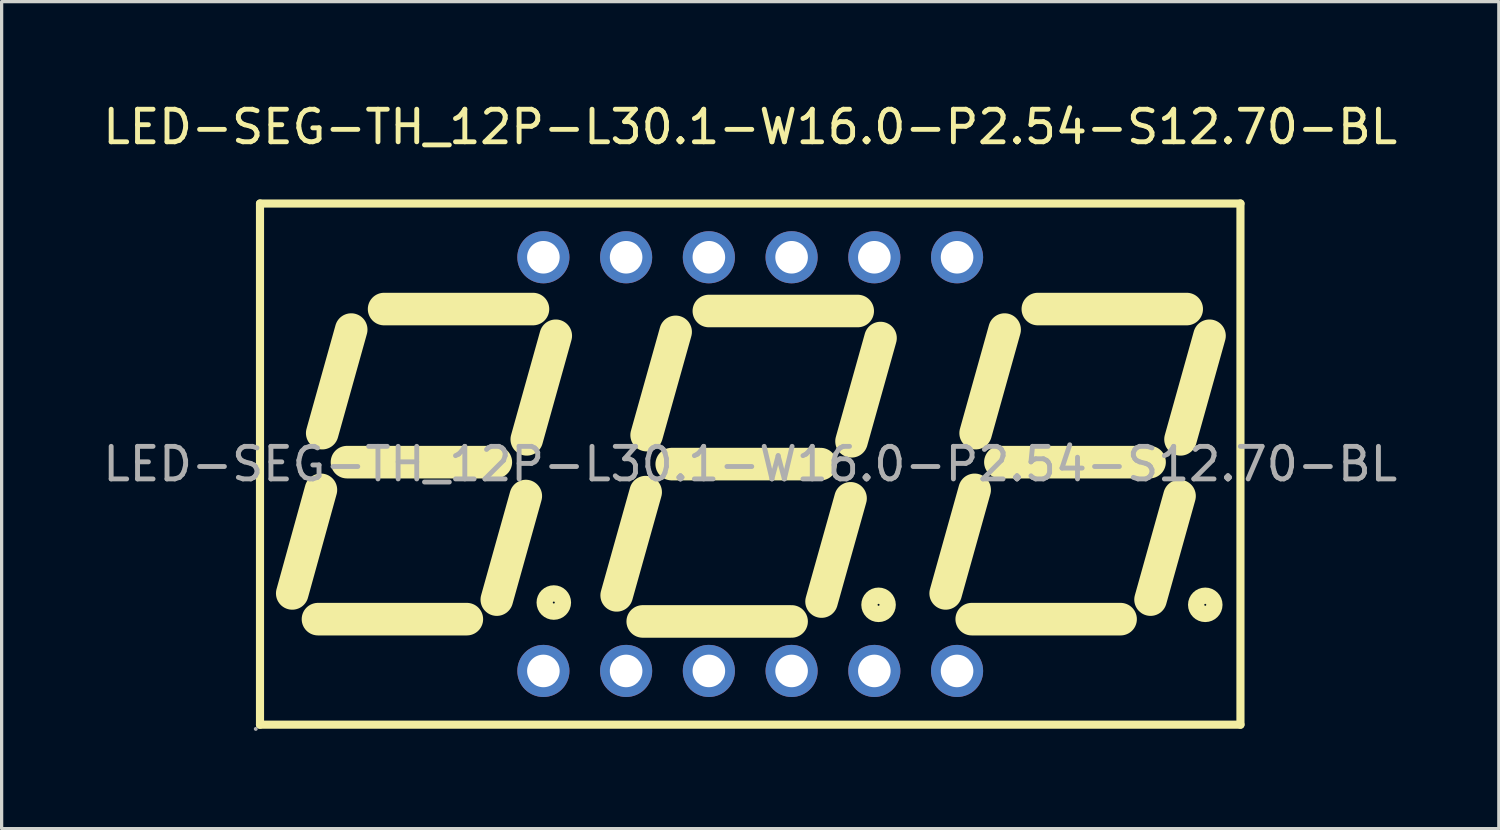
<source format=kicad_pcb>
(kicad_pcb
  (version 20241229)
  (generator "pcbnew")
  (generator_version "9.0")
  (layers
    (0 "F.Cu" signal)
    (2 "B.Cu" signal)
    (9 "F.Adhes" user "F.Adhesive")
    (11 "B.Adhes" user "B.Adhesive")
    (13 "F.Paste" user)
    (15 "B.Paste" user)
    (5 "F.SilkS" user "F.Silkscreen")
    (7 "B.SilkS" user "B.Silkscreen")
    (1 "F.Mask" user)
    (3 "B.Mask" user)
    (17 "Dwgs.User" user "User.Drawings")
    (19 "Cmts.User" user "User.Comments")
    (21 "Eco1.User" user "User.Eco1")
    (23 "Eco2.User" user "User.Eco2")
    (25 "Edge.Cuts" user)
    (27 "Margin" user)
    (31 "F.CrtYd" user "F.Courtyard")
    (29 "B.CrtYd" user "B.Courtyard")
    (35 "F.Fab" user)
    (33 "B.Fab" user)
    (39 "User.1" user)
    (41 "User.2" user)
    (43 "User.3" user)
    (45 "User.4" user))
  (footprint "LED-SEG-TH_12P-L30.1-W16.0-P2.54-S12.70-BL"
    (layer "F.Cu")
    (at 19.982 11.198)
    (property "Reference" "LED-SEG-TH_12P-L30.1-W16.0-P2.54-S12.70-BL" (at 0 -10.35 0) (layer "F.SilkS") (effects (font (size 1 1) (thickness 0.15))))
    (attr through_hole)
    (fp_line (start -15.05 -8) (end -15.05 8) (stroke (width 0.25) (type solid)) (layer "F.SilkS"))
    (fp_line (start -15.05 -8) (end 15.05 -8) (stroke (width 0.25) (type solid)) (layer "F.SilkS"))
    (fp_line (start -13.27 4.76) (end -8.7 4.76) (stroke (width 1) (type solid)) (layer "F.SilkS"))
    (fp_line (start -13.18 0.79) (end -14.06 3.97) (stroke (width 1) (type solid)) (layer "F.SilkS"))
    (fp_line (start -12.38 -0.06) (end -7.81 -0.06) (stroke (width 1) (type solid)) (layer "F.SilkS"))
    (fp_line (start -12.25 -4.13) (end -13.14 -0.95) (stroke (width 1) (type solid)) (layer "F.SilkS"))
    (fp_line (start -11.24 -4.76) (end -6.67 -4.76) (stroke (width 1) (type solid)) (layer "F.SilkS"))
    (fp_line (start -6.89 0.98) (end -7.78 4.16) (stroke (width 1) (type solid)) (layer "F.SilkS"))
    (fp_line (start -5.97 -3.94) (end -6.86 -0.76) (stroke (width 1) (type solid)) (layer "F.SilkS"))
    (fp_line (start -3.3 4.83) (end 1.27 4.83) (stroke (width 1) (type solid)) (layer "F.SilkS"))
    (fp_line (start -3.21 0.86) (end -4.1 4.03) (stroke (width 1) (type solid)) (layer "F.SilkS"))
    (fp_line (start -2.41 0) (end 2.16 0) (stroke (width 1) (type solid)) (layer "F.SilkS"))
    (fp_line (start -2.29 -4.06) (end -3.18 -0.89) (stroke (width 1) (type solid)) (layer "F.SilkS"))
    (fp_line (start -1.27 -4.7) (end 3.3 -4.7) (stroke (width 1) (type solid)) (layer "F.SilkS"))
    (fp_line (start 3.08 1.05) (end 2.19 4.22) (stroke (width 1) (type solid)) (layer "F.SilkS"))
    (fp_line (start 4 -3.87) (end 3.11 -0.7) (stroke (width 1) (type solid)) (layer "F.SilkS"))
    (fp_line (start 6.8 4.76) (end 11.37 4.76) (stroke (width 1) (type solid)) (layer "F.SilkS"))
    (fp_line (start 6.89 0.79) (end 6 3.97) (stroke (width 1) (type solid)) (layer "F.SilkS"))
    (fp_line (start 7.68 -0.06) (end 12.26 -0.06) (stroke (width 1) (type solid)) (layer "F.SilkS"))
    (fp_line (start 7.81 -4.13) (end 6.92 -0.95) (stroke (width 1) (type solid)) (layer "F.SilkS"))
    (fp_line (start 8.83 -4.76) (end 13.4 -4.76) (stroke (width 1) (type solid)) (layer "F.SilkS"))
    (fp_line (start 13.18 0.98) (end 12.29 4.16) (stroke (width 1) (type solid)) (layer "F.SilkS"))
    (fp_line (start 14.1 -3.94) (end 13.21 -0.76) (stroke (width 1) (type solid)) (layer "F.SilkS"))
    (fp_line (start 15.05 -8) (end 15.05 8) (stroke (width 0.25) (type solid)) (layer "F.SilkS"))
    (fp_line (start 15.05 8) (end -15.05 8) (stroke (width 0.25) (type solid)) (layer "F.SilkS"))
    (fp_circle (center -6.03 4.25) (end -5.75 4.25) (stroke (width 0.5) (type solid)) (fill no) (layer "F.SilkS"))
    (fp_circle (center 3.94 4.32) (end 4.22 4.32) (stroke (width 0.5) (type solid)) (fill no) (layer "F.SilkS"))
    (fp_circle (center 13.97 4.32) (end 14.25 4.32) (stroke (width 0.5) (type solid)) (fill no) (layer "F.SilkS"))
    (fp_circle (center -15.18 8.13) (end -15.15 8.13) (stroke (width 0.06) (type solid)) (fill no) (layer "F.Fab"))
    (fp_circle (center -6.35 -6.35) (end -6.15 -6.35) (stroke (width 0.4) (type solid)) (fill no) (layer "F.Fab"))
    (fp_circle (center -6.35 6.35) (end -6.15 6.35) (stroke (width 0.4) (type solid)) (fill no) (layer "F.Fab"))
    (fp_circle (center -3.81 -6.35) (end -3.61 -6.35) (stroke (width 0.4) (type solid)) (fill no) (layer "F.Fab"))
    (fp_circle (center -3.81 6.35) (end -3.61 6.35) (stroke (width 0.4) (type solid)) (fill no) (layer "F.Fab"))
    (fp_circle (center -1.27 -6.35) (end -1.07 -6.35) (stroke (width 0.4) (type solid)) (fill no) (layer "F.Fab"))
    (fp_circle (center -1.27 6.35) (end -1.07 6.35) (stroke (width 0.4) (type solid)) (fill no) (layer "F.Fab"))
    (fp_circle (center 1.27 -6.35) (end 1.47 -6.35) (stroke (width 0.4) (type solid)) (fill no) (layer "F.Fab"))
    (fp_circle (center 1.27 6.35) (end 1.47 6.35) (stroke (width 0.4) (type solid)) (fill no) (layer "F.Fab"))
    (fp_circle (center 3.81 -6.35) (end 4.01 -6.35) (stroke (width 0.4) (type solid)) (fill no) (layer "F.Fab"))
    (fp_circle (center 3.81 6.35) (end 4.01 6.35) (stroke (width 0.4) (type solid)) (fill no) (layer "F.Fab"))
    (fp_circle (center 6.35 -6.35) (end 6.55 -6.35) (stroke (width 0.4) (type solid)) (fill no) (layer "F.Fab"))
    (fp_circle (center 6.35 6.35) (end 6.55 6.35) (stroke (width 0.4) (type solid)) (fill no) (layer "F.Fab"))
    (fp_text user "${REFERENCE}" (at 0 0 0) (layer "F.Fab") (effects (font (size 1 1) (thickness 0.15))))
    (pad "1" thru_hole circle (at -6.35 6.35) (size 1.6 1.6) (drill 1) (layers "*.Cu" "*.Paste" "*.Mask"))
    (pad "2" thru_hole circle (at -3.81 6.35) (size 1.6 1.6) (drill 1) (layers "*.Cu" "*.Paste" "*.Mask"))
    (pad "3" thru_hole circle (at -1.27 6.35) (size 1.6 1.6) (drill 1) (layers "*.Cu" "*.Paste" "*.Mask"))
    (pad "4" thru_hole circle (at 1.27 6.35) (size 1.6 1.6) (drill 1) (layers "*.Cu" "*.Paste" "*.Mask"))
    (pad "5" thru_hole circle (at 3.81 6.35) (size 1.6 1.6) (drill 1) (layers "*.Cu" "*.Paste" "*.Mask"))
    (pad "6" thru_hole circle (at 6.35 6.35) (size 1.6 1.6) (drill 1) (layers "*.Cu" "*.Paste" "*.Mask"))
    (pad "7" thru_hole circle (at 6.35 -6.35) (size 1.6 1.6) (drill 1) (layers "*.Cu" "*.Paste" "*.Mask"))
    (pad "8" thru_hole circle (at 3.81 -6.35) (size 1.6 1.6) (drill 1) (layers "*.Cu" "*.Paste" "*.Mask"))
    (pad "9" thru_hole circle (at 1.27 -6.35) (size 1.6 1.6) (drill 1) (layers "*.Cu" "*.Paste" "*.Mask"))
    (pad "10" thru_hole circle (at -1.27 -6.35) (size 1.6 1.6) (drill 1) (layers "*.Cu" "*.Paste" "*.Mask"))
    (pad "11" thru_hole circle (at -3.81 -6.35) (size 1.6 1.6) (drill 1) (layers "*.Cu" "*.Paste" "*.Mask"))
    (pad "12" thru_hole circle (at -6.35 -6.35) (size 1.6 1.6) (drill 1) (layers "*.Cu" "*.Paste" "*.Mask")))
  (gr_rect
    (start -3 -3)
    (end 42.964 22.388)
    (stroke (width 0.1) (type default))
    (fill no)
    (layer "Edge.Cuts")))
</source>
